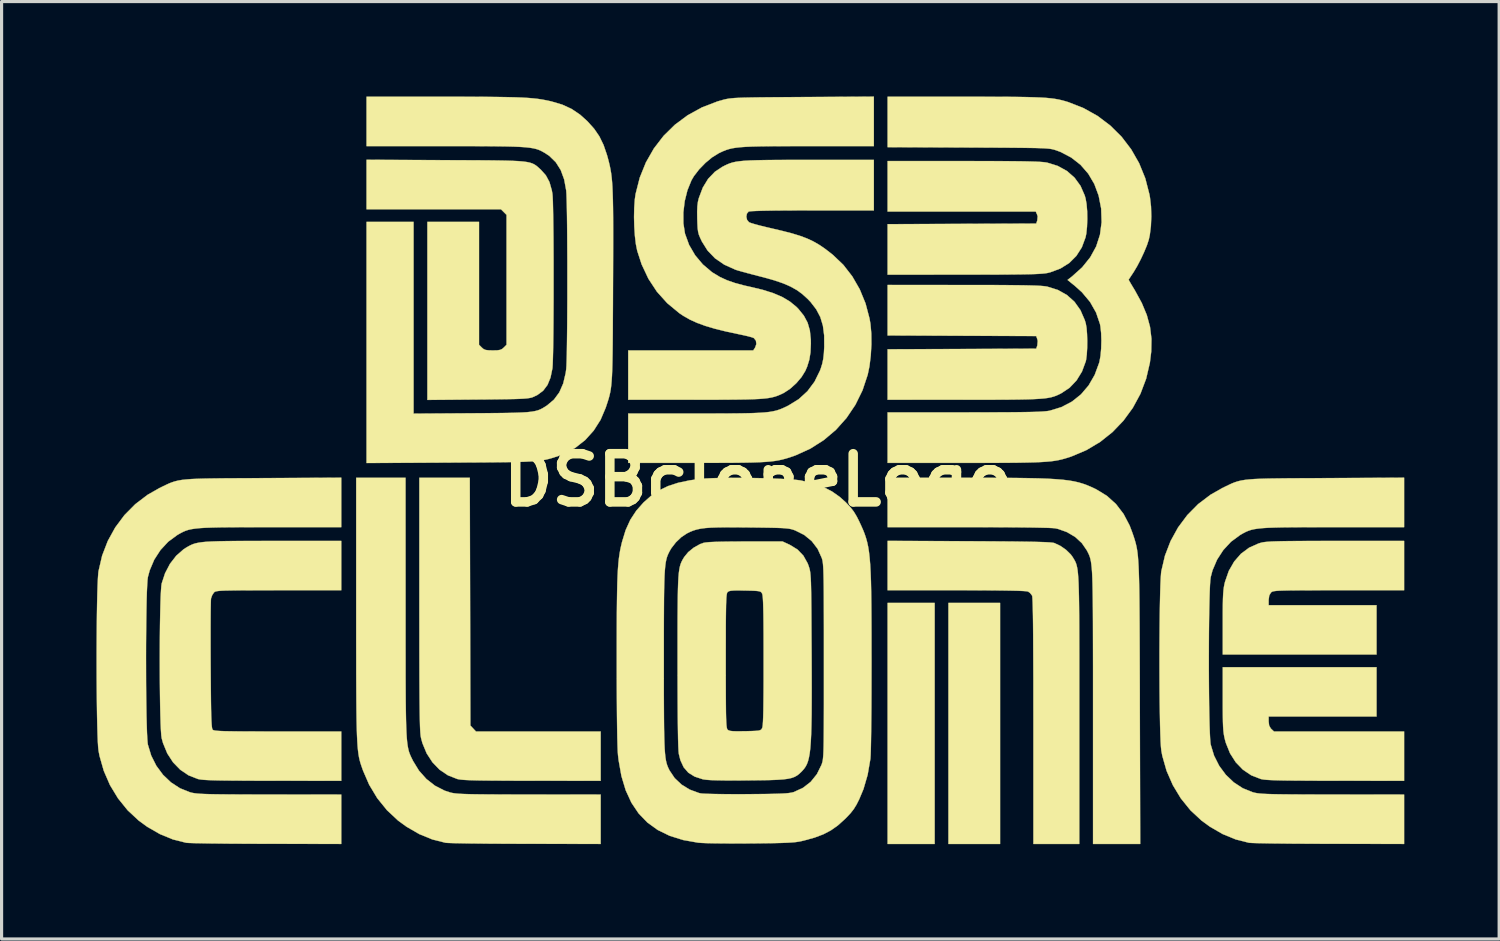
<source format=kicad_pcb>
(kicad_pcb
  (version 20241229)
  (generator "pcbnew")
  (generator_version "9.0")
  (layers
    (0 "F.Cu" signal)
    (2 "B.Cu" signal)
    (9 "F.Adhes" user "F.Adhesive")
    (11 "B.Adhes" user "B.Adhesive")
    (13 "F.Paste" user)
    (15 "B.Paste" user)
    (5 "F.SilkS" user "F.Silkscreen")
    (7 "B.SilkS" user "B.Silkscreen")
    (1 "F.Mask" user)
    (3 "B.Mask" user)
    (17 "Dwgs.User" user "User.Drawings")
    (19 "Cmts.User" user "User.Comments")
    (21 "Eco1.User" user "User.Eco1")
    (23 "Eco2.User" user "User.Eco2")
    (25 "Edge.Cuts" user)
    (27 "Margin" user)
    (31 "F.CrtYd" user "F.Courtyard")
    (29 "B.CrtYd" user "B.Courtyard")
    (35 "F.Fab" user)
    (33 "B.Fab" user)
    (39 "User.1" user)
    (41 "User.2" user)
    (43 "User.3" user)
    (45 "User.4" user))
  (footprint "DSBcloneLogo"
    (layer "F.Cu")
    (at 20.911 12.128)
    (property "Reference" "DSBcloneLogo" (at 0 0 0) (layer "F.SilkS") (effects (font (size 1.524 1.524) (thickness 0.3))))
    (attr through_hole)
    (fp_poly (pts (xy 5.588 11.503) (xy 4.1 11.503) (xy 4.1 3.883) (xy 5.588 3.883) (xy 5.588 11.503)) (stroke (width 0.01) (type solid)) (fill yes) (layer "F.SilkS"))
    (fp_poly (pts (xy 7.656 11.503) (xy 6.023 11.503) (xy 6.023 3.883) (xy 7.656 3.883) (xy 7.656 11.503)) (stroke (width 0.01) (type solid)) (fill yes) (layer "F.SilkS"))
    (fp_poly (pts (xy 19.558 7.475) (xy 16.147 7.475) (xy 16.147 7.632) (xy 16.162 7.759) (xy 16.212 7.848) (xy 16.231 7.868) (xy 16.315 7.947) (xy 20.429 7.947) (xy 20.429 9.507) (xy 18.261 9.504) (xy 17.793 9.504) (xy 17.392 9.502) (xy 17.052 9.5) (xy 16.768 9.498) (xy 16.535 9.494) (xy 16.346 9.489) (xy 16.197 9.483) (xy 16.081 9.476) (xy 15.993 9.467) (xy 15.928 9.456) (xy 15.894 9.449) (xy 15.596 9.332) (xy 15.332 9.154) (xy 15.107 8.921) (xy 14.926 8.637) (xy 14.794 8.309) (xy 14.768 8.217) (xy 14.746 8.124) (xy 14.729 8.03) (xy 14.716 7.924) (xy 14.707 7.796) (xy 14.701 7.635) (xy 14.698 7.431) (xy 14.696 7.173) (xy 14.696 6.925) (xy 14.696 5.915) (xy 19.558 5.915) (xy 19.558 7.475)) (stroke (width 0.01) (type solid)) (fill yes) (layer "F.SilkS"))
    (fp_poly (pts (xy -9.099 3.843) (xy -9.09 7.759) (xy -8.914 7.947) (xy -4.971 7.947) (xy -4.971 9.507) (xy -7.139 9.504) (xy -7.607 9.504) (xy -8.008 9.502) (xy -8.348 9.5) (xy -8.632 9.498) (xy -8.865 9.494) (xy -9.054 9.489) (xy -9.203 9.483) (xy -9.319 9.476) (xy -9.407 9.467) (xy -9.472 9.456) (xy -9.506 9.449) (xy -9.8 9.333) (xy -10.063 9.156) (xy -10.288 8.923) (xy -10.471 8.642) (xy -10.606 8.317) (xy -10.648 8.162) (xy -10.657 8.118) (xy -10.665 8.059) (xy -10.672 7.983) (xy -10.678 7.885) (xy -10.683 7.76) (xy -10.687 7.606) (xy -10.691 7.418) (xy -10.694 7.191) (xy -10.697 6.923) (xy -10.699 6.607) (xy -10.701 6.242) (xy -10.702 5.821) (xy -10.703 5.342) (xy -10.703 4.8) (xy -10.704 4.192) (xy -10.704 3.928) (xy -10.704 -0.073) (xy -9.109 -0.073) (xy -9.099 3.843)) (stroke (width 0.01) (type solid)) (fill yes) (layer "F.SilkS"))
    (fp_poly (pts (xy 20.429 3.483) (xy 18.361 3.483) (xy 17.921 3.483) (xy 17.548 3.484) (xy 17.237 3.485) (xy 16.98 3.486) (xy 16.774 3.488) (xy 16.611 3.492) (xy 16.486 3.496) (xy 16.394 3.502) (xy 16.328 3.51) (xy 16.283 3.519) (xy 16.253 3.53) (xy 16.233 3.544) (xy 16.22 3.556) (xy 16.165 3.648) (xy 16.147 3.787) (xy 16.147 3.792) (xy 16.147 3.955) (xy 19.558 3.955) (xy 19.558 5.515) (xy 14.696 5.515) (xy 14.696 4.505) (xy 14.696 4.197) (xy 14.698 3.952) (xy 14.702 3.757) (xy 14.709 3.604) (xy 14.719 3.482) (xy 14.732 3.38) (xy 14.75 3.287) (xy 14.768 3.213) (xy 14.887 2.871) (xy 15.057 2.575) (xy 15.272 2.328) (xy 15.529 2.137) (xy 15.824 2.005) (xy 15.91 1.979) (xy 15.965 1.967) (xy 16.035 1.957) (xy 16.124 1.949) (xy 16.24 1.941) (xy 16.387 1.936) (xy 16.572 1.931) (xy 16.801 1.928) (xy 17.078 1.926) (xy 17.411 1.924) (xy 17.804 1.923) (xy 18.264 1.923) (xy 20.429 1.923) (xy 20.429 3.483)) (stroke (width 0.01) (type solid)) (fill yes) (layer "F.SilkS"))
    (fp_poly (pts (xy 6.504 -10.087) (xy 7.006 -10.086) (xy 7.44 -10.085) (xy 7.812 -10.084) (xy 8.127 -10.081) (xy 8.39 -10.078) (xy 8.606 -10.073) (xy 8.78 -10.068) (xy 8.917 -10.061) (xy 9.023 -10.053) (xy 9.103 -10.043) (xy 9.149 -10.035) (xy 9.481 -9.931) (xy 9.77 -9.772) (xy 10.01 -9.561) (xy 10.199 -9.302) (xy 10.332 -8.998) (xy 10.358 -8.907) (xy 10.39 -8.727) (xy 10.409 -8.5) (xy 10.413 -8.253) (xy 10.404 -8.009) (xy 10.382 -7.794) (xy 10.358 -7.676) (xy 10.241 -7.36) (xy 10.067 -7.088) (xy 9.841 -6.863) (xy 9.565 -6.69) (xy 9.244 -6.57) (xy 9.149 -6.547) (xy 9.085 -6.537) (xy 9 -6.528) (xy 8.886 -6.52) (xy 8.74 -6.513) (xy 8.556 -6.508) (xy 8.329 -6.504) (xy 8.053 -6.501) (xy 7.725 -6.498) (xy 7.338 -6.497) (xy 6.887 -6.496) (xy 6.504 -6.496) (xy 4.1 -6.495) (xy 4.1 -8.091) (xy 6.449 -8.101) (xy 8.798 -8.11) (xy 8.832 -8.208) (xy 8.844 -8.338) (xy 8.825 -8.399) (xy 8.783 -8.491) (xy 4.1 -8.491) (xy 4.1 -10.087) (xy 6.504 -10.087)) (stroke (width 0.01) (type solid)) (fill yes) (layer "F.SilkS"))
    (fp_poly (pts (xy 6.504 -6.168) (xy 7.006 -6.168) (xy 7.44 -6.167) (xy 7.812 -6.165) (xy 8.127 -6.162) (xy 8.39 -6.159) (xy 8.606 -6.154) (xy 8.78 -6.149) (xy 8.917 -6.142) (xy 9.023 -6.134) (xy 9.103 -6.124) (xy 9.149 -6.116) (xy 9.481 -6.012) (xy 9.768 -5.852) (xy 10.008 -5.638) (xy 10.197 -5.372) (xy 10.334 -5.056) (xy 10.365 -4.953) (xy 10.39 -4.811) (xy 10.405 -4.619) (xy 10.412 -4.4) (xy 10.409 -4.177) (xy 10.397 -3.971) (xy 10.376 -3.806) (xy 10.365 -3.755) (xy 10.245 -3.431) (xy 10.073 -3.151) (xy 9.853 -2.92) (xy 9.588 -2.744) (xy 9.581 -2.74) (xy 9.505 -2.703) (xy 9.432 -2.67) (xy 9.356 -2.643) (xy 9.272 -2.619) (xy 9.173 -2.599) (xy 9.055 -2.583) (xy 8.912 -2.571) (xy 8.738 -2.561) (xy 8.527 -2.553) (xy 8.275 -2.548) (xy 7.974 -2.544) (xy 7.621 -2.542) (xy 7.208 -2.541) (xy 6.731 -2.541) (xy 6.504 -2.541) (xy 4.1 -2.54) (xy 4.1 -4.136) (xy 6.449 -4.145) (xy 8.798 -4.155) (xy 8.833 -4.255) (xy 8.846 -4.398) (xy 8.833 -4.454) (xy 8.798 -4.554) (xy 6.449 -4.563) (xy 4.1 -4.573) (xy 4.1 -6.169) (xy 6.504 -6.168)) (stroke (width 0.01) (type solid)) (fill yes) (layer "F.SilkS"))
    (fp_poly (pts (xy 6.668 1.932) (xy 7.199 1.935) (xy 7.663 1.938) (xy 8.061 1.941) (xy 8.399 1.946) (xy 8.679 1.95) (xy 8.906 1.956) (xy 9.084 1.962) (xy 9.217 1.969) (xy 9.308 1.978) (xy 9.362 1.987) (xy 9.368 1.989) (xy 9.559 2.078) (xy 9.742 2.205) (xy 9.892 2.352) (xy 9.949 2.431) (xy 9.98 2.482) (xy 10.008 2.529) (xy 10.033 2.576) (xy 10.055 2.627) (xy 10.074 2.687) (xy 10.091 2.759) (xy 10.106 2.847) (xy 10.118 2.956) (xy 10.128 3.089) (xy 10.137 3.251) (xy 10.143 3.446) (xy 10.149 3.677) (xy 10.153 3.949) (xy 10.156 4.265) (xy 10.158 4.63) (xy 10.159 5.048) (xy 10.16 5.522) (xy 10.16 6.058) (xy 10.16 6.658) (xy 10.16 7.265) (xy 10.16 11.503) (xy 8.709 11.503) (xy 8.709 7.622) (xy 8.708 6.942) (xy 8.708 6.333) (xy 8.706 5.792) (xy 8.704 5.317) (xy 8.702 4.907) (xy 8.699 4.558) (xy 8.695 4.27) (xy 8.69 4.039) (xy 8.685 3.863) (xy 8.679 3.741) (xy 8.673 3.671) (xy 8.668 3.652) (xy 8.604 3.568) (xy 8.54 3.524) (xy 8.49 3.514) (xy 8.383 3.506) (xy 8.218 3.499) (xy 7.992 3.494) (xy 7.703 3.489) (xy 7.348 3.486) (xy 6.926 3.484) (xy 6.434 3.483) (xy 6.276 3.483) (xy 4.1 3.483) (xy 4.1 1.921) (xy 6.668 1.932)) (stroke (width 0.01) (type solid)) (fill yes) (layer "F.SilkS"))
    (fp_poly (pts (xy -9.879 -10.115) (xy -9.374 -10.113) (xy -8.936 -10.111) (xy -8.559 -10.109) (xy -8.24 -10.105) (xy -7.971 -10.1) (xy -7.748 -10.093) (xy -7.565 -10.084) (xy -7.417 -10.071) (xy -7.298 -10.055) (xy -7.203 -10.034) (xy -7.128 -10.009) (xy -7.065 -9.978) (xy -7.01 -9.942) (xy -6.958 -9.899) (xy -6.903 -9.849) (xy -6.863 -9.813) (xy -6.704 -9.635) (xy -6.59 -9.422) (xy -6.516 -9.162) (xy -6.496 -9.047) (xy -6.489 -8.959) (xy -6.482 -8.805) (xy -6.477 -8.595) (xy -6.472 -8.334) (xy -6.468 -8.03) (xy -6.464 -7.692) (xy -6.462 -7.326) (xy -6.46 -6.941) (xy -6.46 -6.543) (xy -6.46 -6.141) (xy -6.46 -5.741) (xy -6.462 -5.351) (xy -6.464 -4.98) (xy -6.467 -4.633) (xy -6.471 -4.32) (xy -6.476 -4.047) (xy -6.482 -3.822) (xy -6.488 -3.652) (xy -6.495 -3.545) (xy -6.497 -3.531) (xy -6.557 -3.241) (xy -6.652 -3.009) (xy -6.788 -2.828) (xy -6.97 -2.692) (xy -7.114 -2.624) (xy -7.16 -2.608) (xy -7.217 -2.596) (xy -7.292 -2.585) (xy -7.392 -2.576) (xy -7.523 -2.569) (xy -7.692 -2.563) (xy -7.907 -2.559) (xy -8.175 -2.555) (xy -8.502 -2.551) (xy -8.863 -2.548) (xy -10.45 -2.535) (xy -10.45 -8.164) (xy -8.817 -8.164) (xy -8.817 -4.278) (xy -8.728 -4.189) (xy -8.671 -4.141) (xy -8.605 -4.114) (xy -8.509 -4.103) (xy -8.382 -4.1) (xy -8.24 -4.103) (xy -8.149 -4.117) (xy -8.086 -4.146) (xy -8.036 -4.189) (xy -7.947 -4.278) (xy -7.947 -8.385) (xy -8.125 -8.563) (xy -12.373 -8.563) (xy -12.373 -10.127) (xy -9.879 -10.115)) (stroke (width 0.01) (type solid)) (fill yes) (layer "F.SilkS"))
    (fp_poly (pts (xy -11.139 4.019) (xy -11.139 4.673) (xy -11.139 5.259) (xy -11.138 5.781) (xy -11.138 6.242) (xy -11.136 6.648) (xy -11.134 7.003) (xy -11.13 7.31) (xy -11.125 7.574) (xy -11.119 7.799) (xy -11.111 7.989) (xy -11.101 8.149) (xy -11.089 8.282) (xy -11.074 8.393) (xy -11.057 8.486) (xy -11.038 8.566) (xy -11.015 8.636) (xy -10.989 8.7) (xy -10.96 8.764) (xy -10.927 8.83) (xy -10.902 8.881) (xy -10.716 9.185) (xy -10.482 9.449) (xy -10.209 9.662) (xy -9.908 9.817) (xy -9.728 9.876) (xy -9.672 9.889) (xy -9.609 9.9) (xy -9.531 9.909) (xy -9.433 9.917) (xy -9.31 9.923) (xy -9.155 9.928) (xy -8.962 9.932) (xy -8.726 9.935) (xy -8.441 9.937) (xy -8.101 9.939) (xy -7.7 9.94) (xy -7.233 9.94) (xy -7.23 9.94) (xy -4.971 9.942) (xy -4.971 11.503) (xy -7.339 11.498) (xy -7.752 11.497) (xy -8.147 11.495) (xy -8.518 11.493) (xy -8.858 11.489) (xy -9.16 11.486) (xy -9.419 11.481) (xy -9.626 11.477) (xy -9.777 11.472) (xy -9.863 11.467) (xy -9.876 11.465) (xy -10.291 11.361) (xy -10.706 11.191) (xy -11.106 10.96) (xy -11.376 10.764) (xy -11.727 10.436) (xy -12.034 10.056) (xy -12.29 9.63) (xy -12.481 9.19) (xy -12.513 9.101) (xy -12.542 9.017) (xy -12.568 8.936) (xy -12.591 8.852) (xy -12.611 8.762) (xy -12.628 8.66) (xy -12.643 8.544) (xy -12.656 8.407) (xy -12.666 8.248) (xy -12.675 8.06) (xy -12.682 7.84) (xy -12.688 7.583) (xy -12.692 7.286) (xy -12.695 6.944) (xy -12.697 6.553) (xy -12.699 6.108) (xy -12.699 5.605) (xy -12.7 5.041) (xy -12.7 4.41) (xy -12.7 4.073) (xy -12.7 -0.073) (xy -11.14 -0.073) (xy -11.139 4.019)) (stroke (width 0.01) (type solid)) (fill yes) (layer "F.SilkS"))
    (fp_poly (pts (xy 7.197 -0.072) (xy 7.704 -0.071) (xy 8.148 -0.068) (xy 8.537 -0.062) (xy 8.875 -0.055) (xy 9.167 -0.044) (xy 9.419 -0.029) (xy 9.638 -0.011) (xy 9.827 0.012) (xy 9.992 0.04) (xy 10.14 0.074) (xy 10.274 0.114) (xy 10.402 0.16) (xy 10.528 0.213) (xy 10.657 0.273) (xy 10.699 0.294) (xy 11.032 0.497) (xy 11.319 0.756) (xy 11.559 1.069) (xy 11.751 1.434) (xy 11.83 1.642) (xy 11.864 1.739) (xy 11.894 1.828) (xy 11.92 1.913) (xy 11.944 1.998) (xy 11.965 2.087) (xy 11.984 2.185) (xy 12 2.294) (xy 12.014 2.421) (xy 12.025 2.568) (xy 12.035 2.739) (xy 12.043 2.94) (xy 12.05 3.175) (xy 12.056 3.446) (xy 12.06 3.759) (xy 12.063 4.118) (xy 12.066 4.526) (xy 12.068 4.989) (xy 12.07 5.51) (xy 12.072 6.093) (xy 12.074 6.742) (xy 12.074 7.067) (xy 12.086 11.503) (xy 10.595 11.503) (xy 10.595 7.176) (xy 10.595 6.506) (xy 10.595 5.905) (xy 10.594 5.369) (xy 10.593 4.893) (xy 10.592 4.474) (xy 10.59 4.107) (xy 10.587 3.788) (xy 10.583 3.514) (xy 10.578 3.28) (xy 10.572 3.082) (xy 10.564 2.917) (xy 10.554 2.78) (xy 10.542 2.667) (xy 10.529 2.575) (xy 10.513 2.498) (xy 10.495 2.434) (xy 10.475 2.378) (xy 10.452 2.326) (xy 10.426 2.274) (xy 10.399 2.222) (xy 10.242 1.993) (xy 10.03 1.797) (xy 9.772 1.645) (xy 9.482 1.542) (xy 9.399 1.524) (xy 9.324 1.517) (xy 9.179 1.51) (xy 8.97 1.505) (xy 8.7 1.499) (xy 8.373 1.495) (xy 7.993 1.492) (xy 7.563 1.49) (xy 7.088 1.488) (xy 6.653 1.488) (xy 4.1 1.488) (xy 4.1 -0.073) (xy 6.624 -0.073) (xy 7.197 -0.072)) (stroke (width 0.01) (type solid)) (fill yes) (layer "F.SilkS"))
    (fp_poly (pts (xy -13.172 3.483) (xy -15.149 3.483) (xy -15.579 3.484) (xy -15.941 3.484) (xy -16.243 3.485) (xy -16.49 3.486) (xy -16.687 3.489) (xy -16.842 3.492) (xy -16.959 3.497) (xy -17.045 3.504) (xy -17.105 3.512) (xy -17.146 3.522) (xy -17.173 3.534) (xy -17.192 3.549) (xy -17.197 3.554) (xy -17.254 3.641) (xy -17.29 3.744) (xy -17.294 3.803) (xy -17.297 3.927) (xy -17.3 4.109) (xy -17.302 4.342) (xy -17.303 4.619) (xy -17.303 4.934) (xy -17.303 5.278) (xy -17.302 5.645) (xy -17.301 5.846) (xy -17.298 6.289) (xy -17.295 6.665) (xy -17.292 6.98) (xy -17.288 7.237) (xy -17.283 7.443) (xy -17.277 7.603) (xy -17.27 7.722) (xy -17.262 7.805) (xy -17.253 7.858) (xy -17.242 7.885) (xy -17.24 7.887) (xy -17.225 7.9) (xy -17.197 7.911) (xy -17.151 7.92) (xy -17.082 7.927) (xy -16.983 7.933) (xy -16.85 7.938) (xy -16.676 7.941) (xy -16.456 7.944) (xy -16.184 7.945) (xy -15.855 7.946) (xy -15.462 7.947) (xy -15.181 7.947) (xy -13.172 7.947) (xy -13.172 9.507) (xy -15.34 9.504) (xy -15.808 9.504) (xy -16.209 9.502) (xy -16.548 9.5) (xy -16.832 9.498) (xy -17.065 9.494) (xy -17.254 9.489) (xy -17.404 9.483) (xy -17.52 9.476) (xy -17.607 9.467) (xy -17.673 9.456) (xy -17.707 9.449) (xy -18.001 9.333) (xy -18.263 9.156) (xy -18.489 8.923) (xy -18.672 8.642) (xy -18.806 8.317) (xy -18.849 8.162) (xy -18.862 8.069) (xy -18.873 7.911) (xy -18.883 7.697) (xy -18.891 7.435) (xy -18.898 7.133) (xy -18.903 6.799) (xy -18.907 6.441) (xy -18.909 6.067) (xy -18.91 5.686) (xy -18.909 5.306) (xy -18.907 4.934) (xy -18.903 4.579) (xy -18.897 4.249) (xy -18.89 3.953) (xy -18.882 3.697) (xy -18.871 3.491) (xy -18.86 3.343) (xy -18.849 3.268) (xy -18.742 2.943) (xy -18.587 2.647) (xy -18.39 2.392) (xy -18.16 2.19) (xy -18.069 2.131) (xy -17.997 2.09) (xy -17.928 2.054) (xy -17.857 2.024) (xy -17.777 1.999) (xy -17.682 1.979) (xy -17.567 1.962) (xy -17.425 1.949) (xy -17.251 1.94) (xy -17.038 1.933) (xy -16.781 1.928) (xy -16.474 1.925) (xy -16.111 1.924) (xy -15.685 1.923) (xy -15.323 1.923) (xy -13.172 1.923) (xy -13.172 3.483)) (stroke (width 0.01) (type solid)) (fill yes) (layer "F.SilkS"))
    (fp_poly (pts (xy 3.665 -10.559) (xy 1.587 -10.559) (xy 1.113 -10.558) (xy 0.705 -10.557) (xy 0.358 -10.555) (xy 0.064 -10.551) (xy -0.183 -10.545) (xy -0.387 -10.536) (xy -0.557 -10.524) (xy -0.698 -10.508) (xy -0.816 -10.489) (xy -0.918 -10.464) (xy -1.009 -10.435) (xy -1.097 -10.4) (xy -1.187 -10.358) (xy -1.234 -10.336) (xy -1.444 -10.207) (xy -1.659 -10.029) (xy -1.859 -9.823) (xy -2.024 -9.609) (xy -2.102 -9.476) (xy -2.228 -9.165) (xy -2.314 -8.821) (xy -2.357 -8.464) (xy -2.356 -8.117) (xy -2.307 -7.8) (xy -2.303 -7.785) (xy -2.176 -7.436) (xy -1.986 -7.11) (xy -1.743 -6.82) (xy -1.456 -6.577) (xy -1.418 -6.552) (xy -1.208 -6.425) (xy -0.984 -6.321) (xy -0.729 -6.232) (xy -0.428 -6.151) (xy -0.248 -6.111) (xy 0.154 -6.015) (xy 0.491 -5.908) (xy 0.775 -5.786) (xy 1.012 -5.644) (xy 1.213 -5.48) (xy 1.279 -5.413) (xy 1.452 -5.199) (xy 1.571 -4.977) (xy 1.642 -4.731) (xy 1.672 -4.443) (xy 1.674 -4.318) (xy 1.662 -4.039) (xy 1.624 -3.804) (xy 1.556 -3.585) (xy 1.498 -3.451) (xy 1.379 -3.258) (xy 1.213 -3.063) (xy 1.021 -2.89) (xy 0.825 -2.76) (xy 0.798 -2.746) (xy 0.711 -2.705) (xy 0.628 -2.67) (xy 0.542 -2.64) (xy 0.447 -2.616) (xy 0.337 -2.595) (xy 0.206 -2.579) (xy 0.047 -2.566) (xy -0.145 -2.557) (xy -0.377 -2.55) (xy -0.654 -2.546) (xy -0.984 -2.543) (xy -1.371 -2.541) (xy -1.823 -2.541) (xy -2.005 -2.541) (xy -4.1 -2.54) (xy -4.1 -4.1) (xy -0.147 -4.1) (xy -0.088 -4.191) (xy -0.049 -4.301) (xy -0.063 -4.409) (xy -0.127 -4.489) (xy -0.14 -4.496) (xy -0.202 -4.518) (xy -0.317 -4.549) (xy -0.467 -4.583) (xy -0.584 -4.608) (xy -1.002 -4.697) (xy -1.358 -4.785) (xy -1.661 -4.875) (xy -1.921 -4.97) (xy -2.149 -5.073) (xy -2.354 -5.19) (xy -2.487 -5.279) (xy -2.867 -5.594) (xy -3.192 -5.955) (xy -3.461 -6.364) (xy -3.676 -6.82) (xy -3.816 -7.251) (xy -3.858 -7.46) (xy -3.889 -7.721) (xy -3.908 -8.012) (xy -3.916 -8.315) (xy -3.91 -8.608) (xy -3.892 -8.871) (xy -3.867 -9.046) (xy -3.735 -9.563) (xy -3.541 -10.043) (xy -3.289 -10.484) (xy -2.983 -10.882) (xy -2.625 -11.234) (xy -2.22 -11.535) (xy -1.77 -11.782) (xy -1.279 -11.971) (xy -1.108 -12.02) (xy -1.045 -12.036) (xy -0.983 -12.049) (xy -0.914 -12.061) (xy -0.834 -12.07) (xy -0.735 -12.079) (xy -0.612 -12.085) (xy -0.458 -12.091) (xy -0.269 -12.095) (xy -0.037 -12.099) (xy 0.244 -12.102) (xy 0.579 -12.105) (xy 0.975 -12.107) (xy 1.424 -12.11) (xy 3.665 -12.123) (xy 3.665 -10.559)) (stroke (width 0.01) (type solid)) (fill yes) (layer "F.SilkS"))
    (fp_poly (pts (xy 20.429 1.488) (xy 18.188 1.488) (xy 17.699 1.488) (xy 17.276 1.489) (xy 16.915 1.491) (xy 16.608 1.494) (xy 16.35 1.5) (xy 16.136 1.507) (xy 15.958 1.518) (xy 15.813 1.533) (xy 15.692 1.551) (xy 15.592 1.574) (xy 15.505 1.603) (xy 15.426 1.636) (xy 15.349 1.676) (xy 15.269 1.722) (xy 15.236 1.742) (xy 14.956 1.949) (xy 14.713 2.211) (xy 14.516 2.515) (xy 14.372 2.852) (xy 14.315 3.066) (xy 14.303 3.162) (xy 14.292 3.322) (xy 14.283 3.539) (xy 14.275 3.805) (xy 14.268 4.113) (xy 14.263 4.454) (xy 14.259 4.821) (xy 14.257 5.206) (xy 14.256 5.6) (xy 14.256 5.997) (xy 14.258 6.389) (xy 14.261 6.767) (xy 14.265 7.124) (xy 14.271 7.452) (xy 14.278 7.743) (xy 14.287 7.989) (xy 14.297 8.183) (xy 14.308 8.317) (xy 14.315 8.364) (xy 14.421 8.712) (xy 14.583 9.033) (xy 14.793 9.317) (xy 15.044 9.556) (xy 15.329 9.742) (xy 15.64 9.867) (xy 15.672 9.876) (xy 15.728 9.889) (xy 15.791 9.9) (xy 15.869 9.909) (xy 15.967 9.917) (xy 16.09 9.923) (xy 16.245 9.928) (xy 16.438 9.932) (xy 16.674 9.935) (xy 16.959 9.937) (xy 17.299 9.939) (xy 17.7 9.94) (xy 18.167 9.94) (xy 18.17 9.94) (xy 20.429 9.942) (xy 20.429 11.503) (xy 18.061 11.498) (xy 17.648 11.497) (xy 17.253 11.495) (xy 16.882 11.493) (xy 16.542 11.489) (xy 16.24 11.486) (xy 15.981 11.481) (xy 15.774 11.477) (xy 15.623 11.472) (xy 15.537 11.467) (xy 15.524 11.465) (xy 15.109 11.361) (xy 14.694 11.191) (xy 14.294 10.96) (xy 14.024 10.764) (xy 13.674 10.438) (xy 13.37 10.061) (xy 13.117 9.642) (xy 12.92 9.191) (xy 12.785 8.718) (xy 12.754 8.552) (xy 12.742 8.438) (xy 12.731 8.259) (xy 12.722 8.024) (xy 12.714 7.739) (xy 12.708 7.413) (xy 12.702 7.053) (xy 12.698 6.668) (xy 12.696 6.264) (xy 12.695 5.85) (xy 12.695 5.433) (xy 12.697 5.022) (xy 12.7 4.624) (xy 12.704 4.246) (xy 12.71 3.898) (xy 12.717 3.585) (xy 12.725 3.317) (xy 12.735 3.101) (xy 12.746 2.944) (xy 12.754 2.878) (xy 12.869 2.388) (xy 13.047 1.926) (xy 13.284 1.496) (xy 13.576 1.105) (xy 13.918 0.759) (xy 14.307 0.464) (xy 14.678 0.253) (xy 14.794 0.196) (xy 14.896 0.147) (xy 14.989 0.104) (xy 15.079 0.069) (xy 15.173 0.039) (xy 15.276 0.014) (xy 15.395 -0.006) (xy 15.534 -0.021) (xy 15.7 -0.034) (xy 15.899 -0.042) (xy 16.137 -0.049) (xy 16.42 -0.053) (xy 16.753 -0.057) (xy 17.143 -0.059) (xy 17.596 -0.061) (xy 17.952 -0.063) (xy 20.429 -0.076) (xy 20.429 1.488)) (stroke (width 0.01) (type solid)) (fill yes) (layer "F.SilkS"))
    (fp_poly (pts (xy -13.172 0.706) (xy -13.172 1.488) (xy -15.412 1.488) (xy -15.902 1.488) (xy -16.324 1.489) (xy -16.686 1.491) (xy -16.993 1.494) (xy -17.25 1.5) (xy -17.465 1.507) (xy -17.642 1.518) (xy -17.788 1.533) (xy -17.908 1.551) (xy -18.009 1.574) (xy -18.096 1.603) (xy -18.174 1.636) (xy -18.251 1.676) (xy -18.332 1.722) (xy -18.365 1.742) (xy -18.645 1.949) (xy -18.888 2.211) (xy -19.085 2.515) (xy -19.228 2.852) (xy -19.286 3.066) (xy -19.298 3.162) (xy -19.308 3.322) (xy -19.318 3.539) (xy -19.326 3.805) (xy -19.332 4.113) (xy -19.337 4.454) (xy -19.341 4.821) (xy -19.344 5.206) (xy -19.345 5.6) (xy -19.344 5.997) (xy -19.343 6.389) (xy -19.34 6.767) (xy -19.335 7.124) (xy -19.33 7.452) (xy -19.322 7.743) (xy -19.314 7.989) (xy -19.304 8.183) (xy -19.293 8.317) (xy -19.286 8.364) (xy -19.18 8.712) (xy -19.018 9.033) (xy -18.808 9.317) (xy -18.557 9.556) (xy -18.272 9.742) (xy -17.961 9.867) (xy -17.928 9.876) (xy -17.873 9.889) (xy -17.809 9.9) (xy -17.731 9.909) (xy -17.634 9.917) (xy -17.51 9.923) (xy -17.355 9.928) (xy -17.163 9.932) (xy -16.927 9.935) (xy -16.642 9.937) (xy -16.302 9.939) (xy -15.901 9.94) (xy -15.433 9.94) (xy -15.431 9.94) (xy -13.172 9.942) (xy -13.172 11.503) (xy -15.539 11.498) (xy -15.952 11.497) (xy -16.348 11.495) (xy -16.718 11.493) (xy -17.058 11.489) (xy -17.361 11.486) (xy -17.619 11.481) (xy -17.827 11.477) (xy -17.977 11.472) (xy -18.064 11.467) (xy -18.076 11.465) (xy -18.492 11.361) (xy -18.906 11.191) (xy -19.307 10.96) (xy -19.576 10.764) (xy -19.926 10.438) (xy -20.23 10.061) (xy -20.484 9.642) (xy -20.68 9.191) (xy -20.815 8.718) (xy -20.846 8.552) (xy -20.858 8.438) (xy -20.869 8.259) (xy -20.878 8.024) (xy -20.886 7.739) (xy -20.893 7.413) (xy -20.898 7.053) (xy -20.902 6.668) (xy -20.905 6.264) (xy -20.906 5.85) (xy -20.906 5.433) (xy -20.904 5.022) (xy -20.901 4.624) (xy -20.897 4.246) (xy -20.891 3.898) (xy -20.884 3.585) (xy -20.875 3.317) (xy -20.865 3.101) (xy -20.854 2.944) (xy -20.846 2.878) (xy -20.732 2.388) (xy -20.554 1.926) (xy -20.317 1.496) (xy -20.025 1.105) (xy -19.682 0.759) (xy -19.294 0.464) (xy -18.923 0.253) (xy -18.807 0.196) (xy -18.705 0.147) (xy -18.612 0.104) (xy -18.521 0.069) (xy -18.427 0.039) (xy -18.324 0.014) (xy -18.206 -0.006) (xy -18.067 -0.021) (xy -17.9 -0.034) (xy -17.701 -0.042) (xy -17.463 -0.049) (xy -17.181 -0.053) (xy -16.847 -0.057) (xy -16.457 -0.059) (xy -16.005 -0.061) (xy -15.648 -0.063) (xy -13.172 -0.076) (xy -13.172 0.706)) (stroke (width 0.01) (type solid)) (fill yes) (layer "F.SilkS"))
    (fp_poly (pts (xy 7.045 -12.119) (xy 7.495 -12.118) (xy 7.884 -12.117) (xy 8.218 -12.114) (xy 8.502 -12.109) (xy 8.744 -12.102) (xy 8.948 -12.094) (xy 9.12 -12.083) (xy 9.266 -12.069) (xy 9.393 -12.052) (xy 9.505 -12.032) (xy 9.61 -12.008) (xy 9.712 -11.98) (xy 9.814 -11.949) (xy 10.295 -11.76) (xy 10.739 -11.512) (xy 11.14 -11.209) (xy 11.496 -10.856) (xy 11.801 -10.457) (xy 12.052 -10.018) (xy 12.246 -9.542) (xy 12.377 -9.034) (xy 12.395 -8.933) (xy 12.428 -8.646) (xy 12.437 -8.336) (xy 12.424 -8.029) (xy 12.389 -7.75) (xy 12.357 -7.602) (xy 12.299 -7.425) (xy 12.21 -7.21) (xy 12.103 -6.981) (xy 11.988 -6.761) (xy 11.875 -6.572) (xy 11.852 -6.537) (xy 11.785 -6.436) (xy 11.737 -6.363) (xy 11.72 -6.334) (xy 11.738 -6.301) (xy 11.785 -6.219) (xy 11.854 -6.103) (xy 11.916 -6.001) (xy 12.136 -5.599) (xy 12.295 -5.218) (xy 12.396 -4.845) (xy 12.442 -4.467) (xy 12.435 -4.068) (xy 12.392 -3.712) (xy 12.274 -3.206) (xy 12.093 -2.728) (xy 11.852 -2.284) (xy 11.556 -1.879) (xy 11.21 -1.518) (xy 10.817 -1.205) (xy 10.381 -0.946) (xy 9.908 -0.746) (xy 9.814 -0.715) (xy 9.709 -0.683) (xy 9.607 -0.655) (xy 9.502 -0.631) (xy 9.39 -0.611) (xy 9.263 -0.594) (xy 9.115 -0.581) (xy 8.942 -0.57) (xy 8.737 -0.561) (xy 8.495 -0.555) (xy 8.209 -0.55) (xy 7.874 -0.547) (xy 7.483 -0.545) (xy 7.031 -0.544) (xy 6.529 -0.544) (xy 4.1 -0.544) (xy 4.1 -2.141) (xy 6.54 -2.141) (xy 7.042 -2.142) (xy 7.477 -2.143) (xy 7.849 -2.144) (xy 8.164 -2.147) (xy 8.428 -2.15) (xy 8.646 -2.154) (xy 8.822 -2.159) (xy 8.963 -2.166) (xy 9.073 -2.174) (xy 9.158 -2.183) (xy 9.222 -2.193) (xy 9.229 -2.195) (xy 9.597 -2.308) (xy 9.927 -2.481) (xy 10.214 -2.71) (xy 10.455 -2.993) (xy 10.647 -3.325) (xy 10.787 -3.704) (xy 10.798 -3.744) (xy 10.832 -3.93) (xy 10.852 -4.16) (xy 10.859 -4.409) (xy 10.851 -4.65) (xy 10.829 -4.858) (xy 10.814 -4.935) (xy 10.691 -5.297) (xy 10.501 -5.632) (xy 10.245 -5.938) (xy 10.032 -6.13) (xy 9.789 -6.328) (xy 9.929 -6.437) (xy 10.251 -6.726) (xy 10.506 -7.043) (xy 10.694 -7.386) (xy 10.814 -7.756) (xy 10.866 -8.153) (xy 10.852 -8.577) (xy 10.851 -8.59) (xy 10.772 -8.994) (xy 10.635 -9.362) (xy 10.443 -9.688) (xy 10.199 -9.968) (xy 9.905 -10.198) (xy 9.567 -10.375) (xy 9.437 -10.423) (xy 9.39 -10.439) (xy 9.343 -10.452) (xy 9.292 -10.464) (xy 9.23 -10.474) (xy 9.153 -10.482) (xy 9.054 -10.489) (xy 8.929 -10.494) (xy 8.771 -10.499) (xy 8.576 -10.502) (xy 8.338 -10.505) (xy 8.051 -10.508) (xy 7.71 -10.51) (xy 7.309 -10.512) (xy 6.844 -10.514) (xy 6.649 -10.515) (xy 4.1 -10.526) (xy 4.1 -12.119) (xy 6.529 -12.119) (xy 7.045 -12.119)) (stroke (width 0.01) (type solid)) (fill yes) (layer "F.SilkS"))
    (fp_poly (pts (xy 3.665 -8.527) (xy 1.721 -8.527) (xy 1.234 -8.526) (xy 0.812 -8.524) (xy 0.456 -8.521) (xy 0.167 -8.516) (xy -0.053 -8.509) (xy -0.203 -8.502) (xy -0.282 -8.493) (xy -0.293 -8.49) (xy -0.349 -8.423) (xy -0.366 -8.326) (xy -0.343 -8.226) (xy -0.283 -8.153) (xy -0.281 -8.152) (xy -0.219 -8.127) (xy -0.1 -8.091) (xy 0.062 -8.047) (xy 0.254 -8) (xy 0.399 -7.966) (xy 0.765 -7.88) (xy 1.072 -7.801) (xy 1.33 -7.722) (xy 1.552 -7.639) (xy 1.749 -7.547) (xy 1.934 -7.441) (xy 2.118 -7.316) (xy 2.313 -7.166) (xy 2.369 -7.121) (xy 2.699 -6.807) (xy 2.984 -6.44) (xy 3.22 -6.03) (xy 3.403 -5.584) (xy 3.528 -5.111) (xy 3.558 -4.938) (xy 3.585 -4.635) (xy 3.588 -4.293) (xy 3.568 -3.939) (xy 3.527 -3.602) (xy 3.471 -3.332) (xy 3.307 -2.839) (xy 3.082 -2.381) (xy 2.801 -1.964) (xy 2.467 -1.59) (xy 2.084 -1.266) (xy 1.658 -0.995) (xy 1.192 -0.783) (xy 0.996 -0.715) (xy 0.884 -0.681) (xy 0.775 -0.652) (xy 0.663 -0.627) (xy 0.542 -0.606) (xy 0.404 -0.589) (xy 0.245 -0.576) (xy 0.057 -0.565) (xy -0.167 -0.557) (xy -0.431 -0.552) (xy -0.743 -0.548) (xy -1.109 -0.546) (xy -1.536 -0.545) (xy -1.98 -0.544) (xy -4.1 -0.544) (xy -4.1 -2.105) (xy -1.968 -2.105) (xy -1.489 -2.105) (xy -1.076 -2.106) (xy -0.723 -2.108) (xy -0.424 -2.112) (xy -0.173 -2.118) (xy 0.037 -2.127) (xy 0.211 -2.139) (xy 0.357 -2.154) (xy 0.479 -2.175) (xy 0.585 -2.199) (xy 0.681 -2.23) (xy 0.772 -2.266) (xy 0.866 -2.309) (xy 0.962 -2.356) (xy 1.288 -2.557) (xy 1.566 -2.81) (xy 1.792 -3.114) (xy 1.963 -3.463) (xy 1.986 -3.524) (xy 2.034 -3.678) (xy 2.066 -3.832) (xy 2.086 -4.01) (xy 2.097 -4.21) (xy 2.095 -4.572) (xy 2.055 -4.882) (xy 1.973 -5.154) (xy 1.844 -5.399) (xy 1.665 -5.631) (xy 1.569 -5.731) (xy 1.404 -5.881) (xy 1.228 -6.009) (xy 1.029 -6.12) (xy 0.796 -6.221) (xy 0.517 -6.316) (xy 0.18 -6.411) (xy 0.073 -6.438) (xy -0.143 -6.494) (xy -0.345 -6.547) (xy -0.519 -6.595) (xy -0.648 -6.632) (xy -0.71 -6.652) (xy -1.062 -6.81) (xy -1.356 -7.012) (xy -1.593 -7.259) (xy -1.769 -7.54) (xy -1.826 -7.66) (xy -1.866 -7.757) (xy -1.89 -7.85) (xy -1.905 -7.961) (xy -1.913 -8.109) (xy -1.918 -8.258) (xy -1.921 -8.485) (xy -1.914 -8.659) (xy -1.896 -8.799) (xy -1.869 -8.912) (xy -1.742 -9.248) (xy -1.573 -9.525) (xy -1.36 -9.747) (xy -1.131 -9.9) (xy -1.045 -9.945) (xy -0.964 -9.983) (xy -0.882 -10.016) (xy -0.793 -10.043) (xy -0.691 -10.065) (xy -0.569 -10.082) (xy -0.421 -10.096) (xy -0.24 -10.106) (xy -0.022 -10.113) (xy 0.241 -10.118) (xy 0.554 -10.121) (xy 0.925 -10.123) (xy 1.359 -10.123) (xy 1.606 -10.123) (xy 3.665 -10.124) (xy 3.665 -8.527)) (stroke (width 0.01) (type solid)) (fill yes) (layer "F.SilkS"))
    (fp_poly (pts (xy -9.933 -12.119) (xy -9.407 -12.119) (xy -8.947 -12.118) (xy -8.548 -12.116) (xy -8.204 -12.112) (xy -7.908 -12.107) (xy -7.655 -12.101) (xy -7.438 -12.092) (xy -7.253 -12.081) (xy -7.092 -12.067) (xy -6.949 -12.051) (xy -6.82 -12.031) (xy -6.697 -12.008) (xy -6.575 -11.982) (xy -6.531 -11.972) (xy -6.186 -11.87) (xy -5.889 -11.733) (xy -5.621 -11.552) (xy -5.388 -11.342) (xy -5.177 -11.107) (xy -5.011 -10.864) (xy -4.88 -10.595) (xy -4.772 -10.279) (xy -4.739 -10.16) (xy -4.709 -10.044) (xy -4.683 -9.933) (xy -4.661 -9.822) (xy -4.641 -9.705) (xy -4.625 -9.578) (xy -4.611 -9.434) (xy -4.6 -9.269) (xy -4.592 -9.078) (xy -4.585 -8.855) (xy -4.58 -8.595) (xy -4.577 -8.292) (xy -4.576 -7.942) (xy -4.576 -7.539) (xy -4.577 -7.078) (xy -4.579 -6.554) (xy -4.581 -6.114) (xy -4.583 -5.564) (xy -4.586 -5.08) (xy -4.588 -4.659) (xy -4.591 -4.294) (xy -4.595 -3.98) (xy -4.6 -3.712) (xy -4.606 -3.485) (xy -4.614 -3.293) (xy -4.625 -3.13) (xy -4.637 -2.993) (xy -4.652 -2.874) (xy -4.671 -2.769) (xy -4.693 -2.672) (xy -4.718 -2.579) (xy -4.748 -2.483) (xy -4.782 -2.38) (xy -4.813 -2.286) (xy -4.974 -1.907) (xy -5.191 -1.566) (xy -5.458 -1.269) (xy -5.768 -1.024) (xy -6.115 -0.836) (xy -6.296 -0.767) (xy -6.406 -0.731) (xy -6.506 -0.699) (xy -6.601 -0.672) (xy -6.696 -0.649) (xy -6.799 -0.629) (xy -6.913 -0.613) (xy -7.045 -0.599) (xy -7.202 -0.589) (xy -7.387 -0.58) (xy -7.608 -0.573) (xy -7.869 -0.568) (xy -8.178 -0.564) (xy -8.539 -0.561) (xy -8.957 -0.558) (xy -9.44 -0.556) (xy -9.716 -0.554) (xy -12.373 -0.54) (xy -12.373 -8.164) (xy -10.886 -8.164) (xy -10.886 -2.101) (xy -9.044 -2.113) (xy -8.61 -2.116) (xy -8.242 -2.119) (xy -7.933 -2.123) (xy -7.677 -2.129) (xy -7.468 -2.137) (xy -7.298 -2.147) (xy -7.161 -2.162) (xy -7.05 -2.181) (xy -6.959 -2.204) (xy -6.882 -2.234) (xy -6.811 -2.27) (xy -6.74 -2.313) (xy -6.664 -2.362) (xy -6.448 -2.544) (xy -6.279 -2.773) (xy -6.156 -3.052) (xy -6.077 -3.386) (xy -6.06 -3.511) (xy -6.053 -3.612) (xy -6.047 -3.778) (xy -6.041 -4.001) (xy -6.037 -4.274) (xy -6.033 -4.589) (xy -6.029 -4.938) (xy -6.027 -5.314) (xy -6.025 -5.71) (xy -6.025 -6.117) (xy -6.025 -6.528) (xy -6.025 -6.935) (xy -6.027 -7.331) (xy -6.029 -7.709) (xy -6.032 -8.059) (xy -6.036 -8.376) (xy -6.041 -8.651) (xy -6.047 -8.877) (xy -6.053 -9.045) (xy -6.06 -9.149) (xy -6.06 -9.153) (xy -6.125 -9.506) (xy -6.234 -9.803) (xy -6.389 -10.048) (xy -6.591 -10.246) (xy -6.72 -10.333) (xy -6.791 -10.374) (xy -6.859 -10.411) (xy -6.93 -10.442) (xy -7.01 -10.468) (xy -7.103 -10.49) (xy -7.215 -10.508) (xy -7.351 -10.523) (xy -7.517 -10.534) (xy -7.719 -10.543) (xy -7.961 -10.549) (xy -8.25 -10.553) (xy -8.59 -10.556) (xy -8.987 -10.558) (xy -9.446 -10.558) (xy -9.897 -10.559) (xy -12.373 -10.559) (xy -12.373 -12.119) (xy -9.933 -12.119)) (stroke (width 0.01) (type solid)) (fill yes) (layer "F.SilkS"))
    (fp_poly (pts (xy 1.009 2.047) (xy 1.25 2.194) (xy 1.437 2.388) (xy 1.573 2.632) (xy 1.605 2.718) (xy 1.62 2.765) (xy 1.634 2.812) (xy 1.645 2.864) (xy 1.655 2.927) (xy 1.663 3.006) (xy 1.67 3.106) (xy 1.676 3.233) (xy 1.68 3.392) (xy 1.684 3.589) (xy 1.687 3.83) (xy 1.69 4.12) (xy 1.692 4.464) (xy 1.694 4.868) (xy 1.697 5.337) (xy 1.698 5.497) (xy 1.7 6.073) (xy 1.701 6.58) (xy 1.7 7.025) (xy 1.698 7.411) (xy 1.692 7.744) (xy 1.684 8.028) (xy 1.672 8.269) (xy 1.657 8.47) (xy 1.637 8.637) (xy 1.612 8.775) (xy 1.583 8.888) (xy 1.548 8.981) (xy 1.507 9.059) (xy 1.46 9.126) (xy 1.406 9.188) (xy 1.376 9.22) (xy 1.306 9.286) (xy 1.236 9.34) (xy 1.158 9.383) (xy 1.064 9.417) (xy 0.946 9.443) (xy 0.797 9.462) (xy 0.608 9.475) (xy 0.371 9.484) (xy 0.079 9.489) (xy -0.276 9.493) (xy -0.345 9.494) (xy -0.724 9.496) (xy -1.037 9.495) (xy -1.287 9.491) (xy -1.482 9.485) (xy -1.626 9.475) (xy -1.725 9.461) (xy -1.742 9.458) (xy -1.999 9.374) (xy -2.199 9.25) (xy -2.347 9.079) (xy -2.45 8.856) (xy -2.5 8.656) (xy -2.509 8.568) (xy -2.517 8.407) (xy -2.524 8.174) (xy -2.529 7.869) (xy -2.534 7.491) (xy -2.537 7.041) (xy -2.539 6.519) (xy -2.54 5.924) (xy -2.54 5.734) (xy -2.54 5.715) (xy -1.016 5.715) (xy -1.016 6.164) (xy -1.015 6.546) (xy -1.014 6.867) (xy -1.012 7.131) (xy -1.01 7.345) (xy -1.006 7.514) (xy -1.001 7.644) (xy -0.995 7.74) (xy -0.987 7.807) (xy -0.978 7.852) (xy -0.967 7.879) (xy -0.958 7.891) (xy -0.923 7.914) (xy -0.867 7.93) (xy -0.777 7.939) (xy -0.641 7.941) (xy -0.447 7.939) (xy -0.406 7.939) (xy -0.208 7.934) (xy -0.07 7.928) (xy 0.02 7.92) (xy 0.075 7.905) (xy 0.107 7.882) (xy 0.129 7.849) (xy 0.135 7.838) (xy 0.145 7.801) (xy 0.154 7.731) (xy 0.161 7.623) (xy 0.167 7.473) (xy 0.172 7.277) (xy 0.175 7.028) (xy 0.178 6.723) (xy 0.18 6.357) (xy 0.18 5.925) (xy 0.18 5.715) (xy 0.18 5.253) (xy 0.179 4.859) (xy 0.177 4.528) (xy 0.174 4.255) (xy 0.169 4.037) (xy 0.164 3.867) (xy 0.157 3.741) (xy 0.149 3.656) (xy 0.139 3.605) (xy 0.135 3.592) (xy 0.114 3.556) (xy 0.086 3.531) (xy 0.039 3.514) (xy -0.04 3.504) (xy -0.163 3.497) (xy -0.342 3.493) (xy -0.406 3.491) (xy -0.611 3.489) (xy -0.756 3.49) (xy -0.854 3.498) (xy -0.915 3.512) (xy -0.953 3.535) (xy -0.958 3.539) (xy -0.97 3.558) (xy -0.981 3.589) (xy -0.989 3.639) (xy -0.997 3.714) (xy -1.002 3.819) (xy -1.007 3.959) (xy -1.01 4.141) (xy -1.013 4.368) (xy -1.015 4.648) (xy -1.015 4.985) (xy -1.016 5.386) (xy -1.016 5.715) (xy -2.54 5.715) (xy -2.54 5.202) (xy -2.54 4.738) (xy -2.539 4.335) (xy -2.536 3.99) (xy -2.533 3.696) (xy -2.528 3.45) (xy -2.521 3.244) (xy -2.512 3.075) (xy -2.5 2.937) (xy -2.485 2.825) (xy -2.467 2.734) (xy -2.445 2.658) (xy -2.419 2.593) (xy -2.389 2.532) (xy -2.354 2.472) (xy -2.329 2.431) (xy -2.202 2.276) (xy -2.028 2.135) (xy -1.831 2.025) (xy -1.729 1.987) (xy -1.656 1.973) (xy -1.536 1.961) (xy -1.365 1.953) (xy -1.138 1.947) (xy -0.85 1.943) (xy -0.495 1.941) (xy -0.399 1.941) (xy 0.78 1.941) (xy 1.009 2.047)) (stroke (width 0.01) (type solid)) (fill yes) (layer "F.SilkS"))
    (fp_poly (pts (xy -0.546 -0.07) (xy -0.217 -0.067) (xy 0.111 -0.061) (xy 0.427 -0.052) (xy 0.718 -0.04) (xy 0.974 -0.026) (xy 1.184 -0.01) (xy 1.336 0.008) (xy 1.373 0.015) (xy 1.747 0.106) (xy 2.065 0.218) (xy 2.339 0.357) (xy 2.586 0.531) (xy 2.78 0.705) (xy 2.923 0.857) (xy 3.033 0.999) (xy 3.129 1.16) (xy 3.202 1.306) (xy 3.266 1.444) (xy 3.323 1.572) (xy 3.373 1.698) (xy 3.416 1.825) (xy 3.453 1.959) (xy 3.485 2.106) (xy 3.511 2.271) (xy 3.532 2.458) (xy 3.55 2.674) (xy 3.563 2.923) (xy 3.574 3.211) (xy 3.581 3.542) (xy 3.586 3.923) (xy 3.589 4.358) (xy 3.591 4.853) (xy 3.591 5.412) (xy 3.592 5.698) (xy 3.591 6.236) (xy 3.59 6.736) (xy 3.588 7.192) (xy 3.584 7.602) (xy 3.58 7.96) (xy 3.575 8.264) (xy 3.57 8.508) (xy 3.564 8.688) (xy 3.557 8.802) (xy 3.555 8.818) (xy 3.469 9.317) (xy 3.338 9.767) (xy 3.204 10.087) (xy 3.115 10.263) (xy 3.029 10.402) (xy 2.929 10.53) (xy 2.796 10.671) (xy 2.744 10.722) (xy 2.529 10.916) (xy 2.308 11.072) (xy 2.067 11.198) (xy 1.789 11.303) (xy 1.458 11.394) (xy 1.378 11.413) (xy 1.293 11.43) (xy 1.196 11.444) (xy 1.077 11.455) (xy 0.929 11.464) (xy 0.744 11.471) (xy 0.514 11.477) (xy 0.229 11.481) (xy -0.116 11.485) (xy -0.254 11.486) (xy -0.574 11.488) (xy -0.883 11.487) (xy -1.169 11.485) (xy -1.423 11.482) (xy -1.635 11.477) (xy -1.793 11.47) (xy -1.887 11.463) (xy -2.366 11.378) (xy -2.793 11.244) (xy -3.169 11.06) (xy -3.494 10.825) (xy -3.771 10.538) (xy -3.999 10.199) (xy -4.18 9.805) (xy -4.315 9.356) (xy -4.405 8.85) (xy -4.423 8.693) (xy -4.432 8.57) (xy -4.439 8.379) (xy -4.446 8.122) (xy -4.451 7.804) (xy -4.456 7.428) (xy -4.459 6.998) (xy -4.462 6.518) (xy -4.463 5.991) (xy -4.463 5.715) (xy -2.974 5.715) (xy -2.974 6.263) (xy -2.974 6.743) (xy -2.972 7.161) (xy -2.97 7.522) (xy -2.967 7.83) (xy -2.962 8.091) (xy -2.956 8.309) (xy -2.948 8.491) (xy -2.937 8.64) (xy -2.924 8.762) (xy -2.908 8.863) (xy -2.889 8.946) (xy -2.867 9.018) (xy -2.841 9.083) (xy -2.811 9.146) (xy -2.793 9.182) (xy -2.632 9.421) (xy -2.415 9.626) (xy -2.156 9.785) (xy -1.868 9.891) (xy -1.806 9.905) (xy -1.734 9.912) (xy -1.599 9.918) (xy -1.41 9.923) (xy -1.177 9.927) (xy -0.909 9.929) (xy -0.616 9.93) (xy -0.345 9.929) (xy 0.011 9.926) (xy 0.301 9.923) (xy 0.534 9.918) (xy 0.718 9.912) (xy 0.86 9.905) (xy 0.968 9.895) (xy 1.05 9.883) (xy 1.114 9.869) (xy 1.138 9.861) (xy 1.427 9.728) (xy 1.67 9.539) (xy 1.865 9.296) (xy 2.009 9.005) (xy 2.022 8.968) (xy 2.034 8.93) (xy 2.045 8.887) (xy 2.054 8.833) (xy 2.061 8.765) (xy 2.068 8.677) (xy 2.073 8.564) (xy 2.077 8.421) (xy 2.08 8.244) (xy 2.082 8.027) (xy 2.084 7.766) (xy 2.085 7.456) (xy 2.086 7.093) (xy 2.086 6.67) (xy 2.086 6.183) (xy 2.086 5.733) (xy 2.086 5.188) (xy 2.086 4.71) (xy 2.085 4.296) (xy 2.084 3.939) (xy 2.083 3.636) (xy 2.081 3.381) (xy 2.078 3.169) (xy 2.074 2.996) (xy 2.07 2.857) (xy 2.064 2.747) (xy 2.058 2.661) (xy 2.05 2.594) (xy 2.041 2.541) (xy 2.03 2.498) (xy 2.021 2.467) (xy 1.889 2.174) (xy 1.702 1.929) (xy 1.463 1.733) (xy 1.173 1.588) (xy 1.171 1.588) (xy 1.111 1.567) (xy 1.051 1.55) (xy 0.98 1.536) (xy 0.892 1.526) (xy 0.777 1.517) (xy 0.628 1.511) (xy 0.436 1.506) (xy 0.193 1.502) (xy -0.11 1.498) (xy -0.31 1.496) (xy -0.693 1.493) (xy -1.011 1.492) (xy -1.273 1.496) (xy -1.488 1.503) (xy -1.664 1.516) (xy -1.809 1.535) (xy -1.932 1.561) (xy -2.04 1.594) (xy -2.144 1.636) (xy -2.242 1.684) (xy -2.42 1.802) (xy -2.593 1.967) (xy -2.738 2.154) (xy -2.794 2.25) (xy -2.826 2.314) (xy -2.854 2.377) (xy -2.878 2.444) (xy -2.898 2.52) (xy -2.916 2.611) (xy -2.93 2.721) (xy -2.942 2.855) (xy -2.952 3.018) (xy -2.959 3.216) (xy -2.965 3.454) (xy -2.969 3.736) (xy -2.971 4.067) (xy -2.973 4.453) (xy -2.974 4.899) (xy -2.974 5.41) (xy -2.974 5.715) (xy -4.463 5.715) (xy -4.463 5.697) (xy -4.463 5.141) (xy -4.462 4.652) (xy -4.46 4.225) (xy -4.456 3.853) (xy -4.451 3.531) (xy -4.445 3.254) (xy -4.436 3.015) (xy -4.425 2.81) (xy -4.411 2.632) (xy -4.395 2.476) (xy -4.375 2.336) (xy -4.353 2.206) (xy -4.326 2.082) (xy -4.297 1.959) (xy -4.181 1.58) (xy -4.033 1.254) (xy -3.844 0.966) (xy -3.614 0.706) (xy -3.376 0.495) (xy -3.123 0.325) (xy -2.843 0.19) (xy -2.525 0.086) (xy -2.156 0.008) (xy -1.826 -0.037) (xy -1.656 -0.051) (xy -1.432 -0.061) (xy -1.165 -0.068) (xy -0.866 -0.071) (xy -0.546 -0.07)) (stroke (width 0.01) (type solid)) (fill yes) (layer "F.SilkS")))
  (gr_rect
    (start -3 -3)
    (end 44.345 26.636)
    (stroke (width 0.1) (type default))
    (fill no)
    (layer "Edge.Cuts")))
</source>
